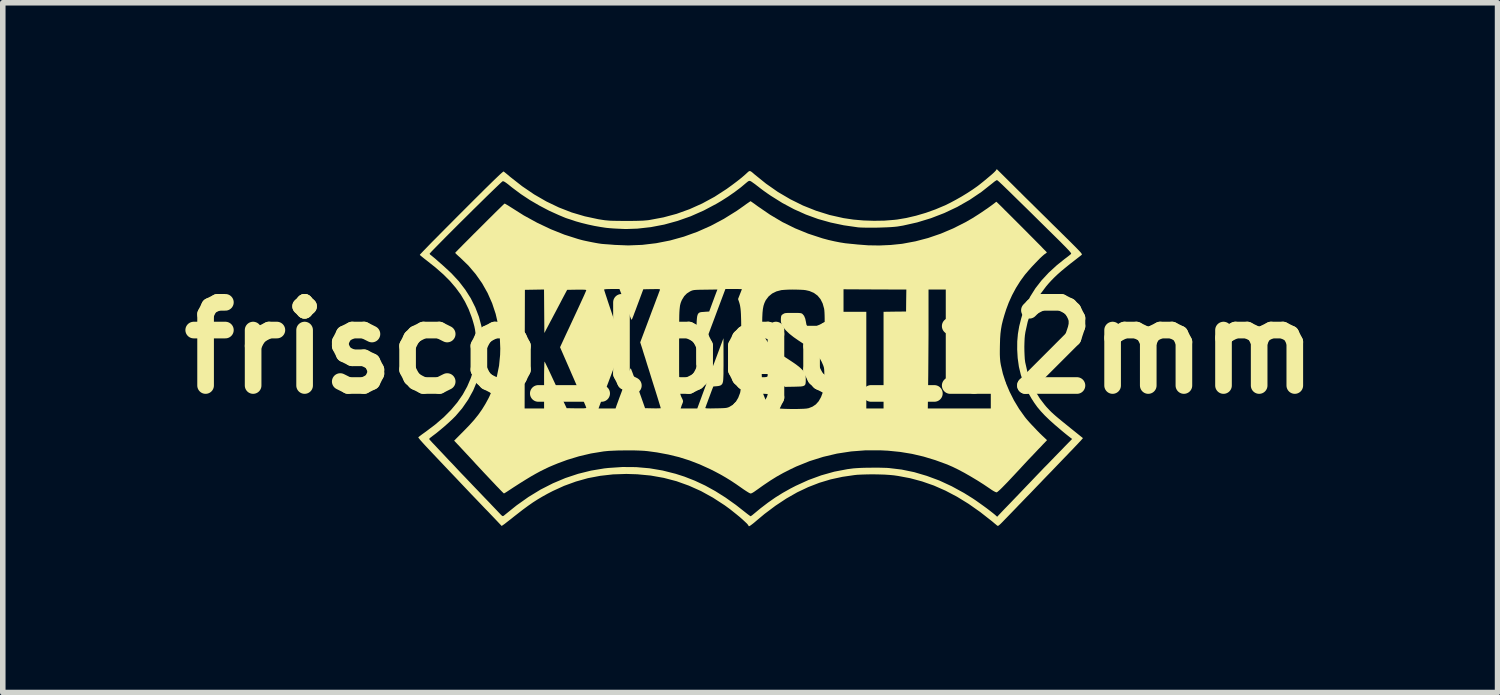
<source format=kicad_pcb>
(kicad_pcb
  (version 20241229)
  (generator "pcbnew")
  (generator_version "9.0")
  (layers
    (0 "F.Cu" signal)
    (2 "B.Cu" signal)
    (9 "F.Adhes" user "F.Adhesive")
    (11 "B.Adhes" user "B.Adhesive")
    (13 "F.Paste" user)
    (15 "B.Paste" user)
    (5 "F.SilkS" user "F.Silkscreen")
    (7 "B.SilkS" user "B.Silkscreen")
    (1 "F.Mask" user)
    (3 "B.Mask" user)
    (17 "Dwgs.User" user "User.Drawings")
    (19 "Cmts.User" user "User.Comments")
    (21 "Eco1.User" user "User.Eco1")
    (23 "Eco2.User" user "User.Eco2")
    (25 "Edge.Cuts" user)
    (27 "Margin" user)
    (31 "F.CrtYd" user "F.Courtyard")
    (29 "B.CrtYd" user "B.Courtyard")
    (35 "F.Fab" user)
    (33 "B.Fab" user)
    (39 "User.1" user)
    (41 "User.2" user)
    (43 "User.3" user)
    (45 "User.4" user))
  (footprint "frisco_logo_12mm"
    (layer "F.Cu")
    (at 10.479 3.224)
    (property "Reference" "frisco_logo_12mm" (at 0 0 0) (layer "F.SilkS") (effects (font (size 1.5 1.5) (thickness 0.3))))
    (attr board_only exclude_from_pos_files exclude_from_bom)
    (fp_poly (pts (xy 4.747 -2.927) (xy 4.809 -2.865) (xy 4.884 -2.791) (xy 4.968 -2.707) (xy 5.06 -2.617) (xy 5.156 -2.522) (xy 5.254 -2.425) (xy 5.353 -2.328) (xy 5.448 -2.233) (xy 5.521 -2.162) (xy 5.615 -2.069) (xy 5.696 -1.989) (xy 5.764 -1.922) (xy 5.821 -1.865) (xy 5.867 -1.819) (xy 5.904 -1.781) (xy 5.933 -1.751) (xy 5.954 -1.728) (xy 5.968 -1.711) (xy 5.977 -1.698) (xy 5.981 -1.689) (xy 5.982 -1.683) (xy 5.979 -1.679) (xy 5.975 -1.676) (xy 5.958 -1.662) (xy 5.93 -1.64) (xy 5.895 -1.613) (xy 5.876 -1.598) (xy 5.774 -1.519) (xy 5.686 -1.448) (xy 5.61 -1.385) (xy 5.543 -1.326) (xy 5.484 -1.27) (xy 5.43 -1.215) (xy 5.378 -1.158) (xy 5.339 -1.112) (xy 5.229 -0.966) (xy 5.136 -0.81) (xy 5.061 -0.645) (xy 5.004 -0.47) (xy 4.963 -0.285) (xy 4.954 -0.226) (xy 4.949 -0.17) (xy 4.946 -0.1) (xy 4.944 -0.023) (xy 4.945 0.057) (xy 4.948 0.133) (xy 4.952 0.201) (xy 4.959 0.255) (xy 4.959 0.257) (xy 5 0.437) (xy 5.057 0.606) (xy 5.132 0.765) (xy 5.225 0.915) (xy 5.311 1.027) (xy 5.341 1.063) (xy 5.371 1.095) (xy 5.401 1.127) (xy 5.433 1.159) (xy 5.47 1.193) (xy 5.513 1.231) (xy 5.564 1.274) (xy 5.625 1.324) (xy 5.699 1.384) (xy 5.785 1.454) (xy 5.793 1.46) (xy 6.001 1.627) (xy 5.975 1.657) (xy 5.962 1.672) (xy 5.936 1.699) (xy 5.901 1.737) (xy 5.857 1.783) (xy 5.808 1.835) (xy 5.753 1.891) (xy 5.727 1.919) (xy 5.664 1.984) (xy 5.591 2.06) (xy 5.512 2.142) (xy 5.43 2.228) (xy 5.349 2.311) (xy 5.273 2.39) (xy 5.24 2.425) (xy 5.174 2.493) (xy 5.107 2.563) (xy 5.041 2.632) (xy 4.978 2.696) (xy 4.923 2.753) (xy 4.877 2.801) (xy 4.848 2.83) (xy 4.795 2.886) (xy 4.734 2.949) (xy 4.672 3.013) (xy 4.616 3.071) (xy 4.597 3.09) (xy 4.553 3.136) (xy 4.52 3.169) (xy 4.496 3.191) (xy 4.48 3.204) (xy 4.469 3.209) (xy 4.461 3.208) (xy 4.453 3.204) (xy 4.437 3.19) (xy 4.41 3.168) (xy 4.377 3.14) (xy 4.359 3.125) (xy 4.147 2.959) (xy 3.938 2.812) (xy 3.73 2.684) (xy 3.521 2.574) (xy 3.312 2.482) (xy 3.1 2.408) (xy 2.885 2.35) (xy 2.666 2.309) (xy 2.59 2.298) (xy 2.515 2.291) (xy 2.425 2.285) (xy 2.325 2.282) (xy 2.221 2.28) (xy 2.117 2.281) (xy 2.02 2.284) (xy 1.933 2.288) (xy 1.884 2.293) (xy 1.664 2.325) (xy 1.452 2.371) (xy 1.246 2.433) (xy 1.045 2.511) (xy 0.847 2.605) (xy 0.651 2.717) (xy 0.455 2.847) (xy 0.258 2.995) (xy 0.118 3.112) (xy 0.065 3.157) (xy 0.025 3.188) (xy -0.003 3.208) (xy -0.02 3.216) (xy -0.029 3.213) (xy -0.03 3.207) (xy -0.038 3.193) (xy -0.059 3.168) (xy -0.093 3.136) (xy -0.136 3.096) (xy -0.186 3.052) (xy -0.242 3.006) (xy -0.302 2.958) (xy -0.362 2.91) (xy -0.422 2.866) (xy -0.462 2.837) (xy -0.673 2.7) (xy -0.887 2.582) (xy -1.106 2.484) (xy -1.329 2.404) (xy -1.558 2.344) (xy -1.794 2.302) (xy -2.038 2.279) (xy -2.234 2.273) (xy -2.474 2.281) (xy -2.704 2.307) (xy -2.926 2.349) (xy -3.143 2.41) (xy -3.357 2.488) (xy -3.558 2.58) (xy -3.655 2.63) (xy -3.745 2.68) (xy -3.831 2.731) (xy -3.917 2.786) (xy -4.006 2.848) (xy -4.101 2.918) (xy -4.205 2.999) (xy -4.259 3.041) (xy -4.31 3.082) (xy -4.358 3.119) (xy -4.399 3.151) (xy -4.431 3.176) (xy -4.451 3.19) (xy -4.454 3.192) (xy -4.482 3.211) (xy -4.586 3.101) (xy -4.623 3.062) (xy -4.67 3.013) (xy -4.724 2.956) (xy -4.783 2.896) (xy -4.842 2.834) (xy -4.884 2.79) (xy -4.95 2.721) (xy -5.029 2.639) (xy -5.117 2.546) (xy -5.213 2.445) (xy -5.314 2.338) (xy -5.42 2.227) (xy -5.527 2.114) (xy -5.634 2.001) (xy -5.739 1.89) (xy -5.814 1.81) (xy -5.862 1.759) (xy -5.904 1.713) (xy -5.94 1.673) (xy -5.964 1.644) (xy -5.789 1.644) (xy -5.781 1.655) (xy -5.763 1.675) (xy -5.739 1.702) (xy -5.736 1.705) (xy -5.718 1.724) (xy -5.687 1.756) (xy -5.647 1.799) (xy -5.599 1.85) (xy -5.544 1.908) (xy -5.485 1.971) (xy -5.423 2.037) (xy -5.411 2.049) (xy -5.344 2.119) (xy -5.277 2.191) (xy -5.211 2.261) (xy -5.148 2.326) (xy -5.092 2.385) (xy -5.045 2.434) (xy -5.011 2.47) (xy -4.966 2.517) (xy -4.912 2.573) (xy -4.852 2.636) (xy -4.79 2.701) (xy -4.73 2.763) (xy -4.704 2.79) (xy -4.654 2.843) (xy -4.607 2.892) (xy -4.566 2.935) (xy -4.532 2.971) (xy -4.508 2.996) (xy -4.497 3.008) (xy -4.475 3.028) (xy -4.46 3.034) (xy -4.443 3.026) (xy -4.428 3.013) (xy -4.214 2.841) (xy -3.998 2.688) (xy -3.78 2.555) (xy -3.558 2.442) (xy -3.333 2.347) (xy -3.104 2.271) (xy -2.87 2.213) (xy -2.63 2.173) (xy -2.555 2.165) (xy -2.303 2.148) (xy -2.057 2.15) (xy -1.816 2.171) (xy -1.58 2.211) (xy -1.346 2.27) (xy -1.187 2.321) (xy -0.998 2.395) (xy -0.812 2.482) (xy -0.629 2.583) (xy -0.445 2.699) (xy -0.258 2.832) (xy -0.123 2.938) (xy -0.081 2.971) (xy -0.044 3) (xy -0.015 3.021) (xy 0.003 3.034) (xy 0.007 3.036) (xy 0.019 3.029) (xy 0.039 3.015) (xy 0.041 3.013) (xy 0.184 2.895) (xy 0.32 2.791) (xy 0.453 2.698) (xy 0.588 2.614) (xy 0.729 2.535) (xy 0.822 2.487) (xy 1.05 2.383) (xy 1.282 2.298) (xy 1.517 2.232) (xy 1.753 2.187) (xy 1.859 2.173) (xy 1.911 2.169) (xy 1.978 2.165) (xy 2.057 2.162) (xy 2.142 2.161) (xy 2.23 2.16) (xy 2.316 2.16) (xy 2.396 2.162) (xy 2.465 2.164) (xy 2.505 2.167) (xy 2.731 2.194) (xy 2.958 2.241) (xy 3.185 2.308) (xy 3.412 2.392) (xy 3.636 2.496) (xy 3.857 2.617) (xy 4.008 2.711) (xy 4.068 2.751) (xy 4.133 2.797) (xy 4.2 2.845) (xy 4.266 2.893) (xy 4.326 2.939) (xy 4.377 2.979) (xy 4.414 3.009) (xy 4.454 3.045) (xy 4.517 2.978) (xy 4.551 2.942) (xy 4.593 2.898) (xy 4.637 2.853) (xy 4.668 2.821) (xy 4.698 2.79) (xy 4.738 2.748) (xy 4.787 2.697) (xy 4.843 2.639) (xy 4.901 2.578) (xy 4.961 2.515) (xy 4.98 2.495) (xy 5.041 2.432) (xy 5.102 2.368) (xy 5.161 2.306) (xy 5.216 2.249) (xy 5.263 2.2) (xy 5.299 2.162) (xy 5.307 2.154) (xy 5.351 2.11) (xy 5.396 2.064) (xy 5.437 2.021) (xy 5.47 1.988) (xy 5.473 1.984) (xy 5.501 1.955) (xy 5.539 1.916) (xy 5.584 1.87) (xy 5.632 1.821) (xy 5.671 1.78) (xy 5.806 1.642) (xy 5.782 1.625) (xy 5.767 1.613) (xy 5.739 1.591) (xy 5.701 1.561) (xy 5.657 1.525) (xy 5.609 1.485) (xy 5.608 1.484) (xy 5.496 1.389) (xy 5.399 1.302) (xy 5.315 1.221) (xy 5.242 1.143) (xy 5.178 1.067) (xy 5.122 0.989) (xy 5.07 0.908) (xy 5.021 0.821) (xy 5.002 0.784) (xy 4.934 0.636) (xy 4.882 0.49) (xy 4.846 0.341) (xy 4.824 0.184) (xy 4.815 0.03) (xy 4.816 -0.116) (xy 4.828 -0.253) (xy 4.851 -0.388) (xy 4.886 -0.527) (xy 4.91 -0.608) (xy 4.972 -0.77) (xy 5.05 -0.926) (xy 5.143 -1.074) (xy 5.254 -1.217) (xy 5.383 -1.356) (xy 5.53 -1.491) (xy 5.671 -1.604) (xy 5.71 -1.633) (xy 5.745 -1.66) (xy 5.771 -1.681) (xy 5.784 -1.693) (xy 5.787 -1.696) (xy 5.788 -1.702) (xy 5.785 -1.709) (xy 5.778 -1.72) (xy 5.766 -1.735) (xy 5.748 -1.756) (xy 5.722 -1.783) (xy 5.689 -1.818) (xy 5.646 -1.861) (xy 5.594 -1.914) (xy 5.53 -1.977) (xy 5.455 -2.051) (xy 5.366 -2.138) (xy 5.323 -2.181) (xy 5.194 -2.308) (xy 5.079 -2.422) (xy 4.976 -2.523) (xy 4.885 -2.612) (xy 4.805 -2.69) (xy 4.736 -2.758) (xy 4.677 -2.816) (xy 4.626 -2.865) (xy 4.584 -2.906) (xy 4.549 -2.94) (xy 4.521 -2.966) (xy 4.499 -2.987) (xy 4.482 -3.002) (xy 4.469 -3.013) (xy 4.46 -3.02) (xy 4.454 -3.024) (xy 4.45 -3.025) (xy 4.449 -3.026) (xy 4.435 -3.019) (xy 4.41 -3.003) (xy 4.38 -2.979) (xy 4.369 -2.97) (xy 4.169 -2.812) (xy 3.957 -2.669) (xy 3.734 -2.542) (xy 3.501 -2.432) (xy 3.26 -2.339) (xy 3.011 -2.263) (xy 2.757 -2.206) (xy 2.655 -2.189) (xy 2.609 -2.184) (xy 2.547 -2.179) (xy 2.473 -2.175) (xy 2.39 -2.172) (xy 2.304 -2.169) (xy 2.217 -2.168) (xy 2.133 -2.168) (xy 2.058 -2.169) (xy 1.993 -2.171) (xy 1.945 -2.174) (xy 1.939 -2.175) (xy 1.688 -2.211) (xy 1.451 -2.261) (xy 1.223 -2.325) (xy 1.004 -2.405) (xy 0.79 -2.501) (xy 0.579 -2.614) (xy 0.368 -2.746) (xy 0.361 -2.751) (xy 0.304 -2.79) (xy 0.242 -2.834) (xy 0.182 -2.879) (xy 0.131 -2.919) (xy 0.129 -2.92) (xy 0.088 -2.952) (xy 0.05 -2.979) (xy 0.02 -3) (xy 0.000463 -3.01) (xy -0.002 -3.011) (xy -0.019 -3.012) (xy -0.039 -3.003) (xy -0.065 -2.982) (xy -0.076 -2.973) (xy -0.17 -2.894) (xy -0.279 -2.812) (xy -0.398 -2.729) (xy -0.522 -2.65) (xy -0.605 -2.601) (xy -0.837 -2.478) (xy -1.072 -2.374) (xy -1.31 -2.29) (xy -1.55 -2.224) (xy -1.791 -2.178) (xy -2.033 -2.151) (xy -2.23 -2.144) (xy -2.282 -2.145) (xy -2.345 -2.148) (xy -2.412 -2.151) (xy -2.48 -2.155) (xy -2.543 -2.16) (xy -2.595 -2.165) (xy -2.63 -2.17) (xy -2.662 -2.175) (xy -2.695 -2.18) (xy -2.809 -2.2) (xy -2.925 -2.225) (xy -3.039 -2.253) (xy -3.143 -2.282) (xy -3.196 -2.3) (xy -3.235 -2.313) (xy -3.268 -2.324) (xy -3.289 -2.33) (xy -3.291 -2.331) (xy -3.318 -2.34) (xy -3.332 -2.345) (xy -3.349 -2.352) (xy -3.38 -2.365) (xy -3.42 -2.382) (xy -3.451 -2.395) (xy -3.624 -2.473) (xy -3.799 -2.565) (xy -3.971 -2.665) (xy -4.133 -2.772) (xy -4.282 -2.883) (xy -4.314 -2.908) (xy -4.363 -2.948) (xy -4.399 -2.975) (xy -4.426 -2.993) (xy -4.445 -3.003) (xy -4.461 -3.006) (xy -4.463 -3.006) (xy -4.472 -2.999) (xy -4.495 -2.979) (xy -4.529 -2.947) (xy -4.573 -2.905) (xy -4.627 -2.853) (xy -4.688 -2.794) (xy -4.757 -2.727) (xy -4.831 -2.654) (xy -4.909 -2.577) (xy -4.991 -2.497) (xy -5.074 -2.414) (xy -5.158 -2.331) (xy -5.242 -2.248) (xy -5.324 -2.166) (xy -5.403 -2.087) (xy -5.478 -2.012) (xy -5.547 -1.942) (xy -5.609 -1.879) (xy -5.664 -1.823) (xy -5.71 -1.776) (xy -5.746 -1.739) (xy -5.769 -1.713) (xy -5.781 -1.7) (xy -5.781 -1.698) (xy -5.774 -1.685) (xy -5.764 -1.677) (xy -5.747 -1.664) (xy -5.718 -1.64) (xy -5.679 -1.608) (xy -5.634 -1.568) (xy -5.585 -1.525) (xy -5.534 -1.48) (xy -5.486 -1.436) (xy -5.441 -1.395) (xy -5.403 -1.359) (xy -5.387 -1.344) (xy -5.255 -1.202) (xy -5.139 -1.051) (xy -5.039 -0.894) (xy -4.957 -0.73) (xy -4.892 -0.561) (xy -4.846 -0.388) (xy -4.819 -0.213) (xy -4.811 -0.037) (xy -4.813 0.02) (xy -4.832 0.22) (xy -4.868 0.412) (xy -4.923 0.595) (xy -4.996 0.769) (xy -5.087 0.934) (xy -5.195 1.09) (xy -5.312 1.227) (xy -5.366 1.281) (xy -5.432 1.343) (xy -5.506 1.409) (xy -5.584 1.475) (xy -5.661 1.538) (xy -5.734 1.593) (xy -5.749 1.605) (xy -5.773 1.623) (xy -5.787 1.638) (xy -5.789 1.644) (xy -5.964 1.644) (xy -5.966 1.641) (xy -5.982 1.62) (xy -5.986 1.612) (xy -5.976 1.604) (xy -5.953 1.586) (xy -5.919 1.56) (xy -5.877 1.53) (xy -5.845 1.507) (xy -5.676 1.379) (xy -5.526 1.25) (xy -5.395 1.118) (xy -5.281 0.982) (xy -5.184 0.842) (xy -5.103 0.695) (xy -5.037 0.541) (xy -4.986 0.378) (xy -4.967 0.304) (xy -4.96 0.269) (xy -4.954 0.236) (xy -4.95 0.202) (xy -4.948 0.162) (xy -4.946 0.114) (xy -4.945 0.052) (xy -4.945 -0.025) (xy -4.946 -0.119) (xy -4.949 -0.198) (xy -4.954 -0.265) (xy -4.962 -0.327) (xy -4.974 -0.387) (xy -4.991 -0.45) (xy -5.012 -0.521) (xy -5.025 -0.559) (xy -5.078 -0.699) (xy -5.143 -0.832) (xy -5.219 -0.96) (xy -5.31 -1.084) (xy -5.414 -1.206) (xy -5.535 -1.327) (xy -5.674 -1.449) (xy -5.83 -1.573) (xy -5.873 -1.606) (xy -5.91 -1.636) (xy -5.938 -1.659) (xy -5.955 -1.674) (xy -5.958 -1.678) (xy -5.952 -1.687) (xy -5.932 -1.708) (xy -5.9 -1.742) (xy -5.856 -1.787) (xy -5.802 -1.843) (xy -5.739 -1.908) (xy -5.666 -1.981) (xy -5.586 -2.062) (xy -5.499 -2.15) (xy -5.406 -2.243) (xy -5.308 -2.342) (xy -5.21 -2.44) (xy -5.084 -2.566) (xy -4.972 -2.678) (xy -4.872 -2.777) (xy -4.785 -2.864) (xy -4.709 -2.938) (xy -4.644 -3.002) (xy -4.589 -3.055) (xy -4.545 -3.097) (xy -4.509 -3.131) (xy -4.482 -3.155) (xy -4.463 -3.171) (xy -4.451 -3.18) (xy -4.445 -3.181) (xy -4.433 -3.171) (xy -4.408 -3.151) (xy -4.375 -3.124) (xy -4.336 -3.091) (xy -4.324 -3.081) (xy -4.112 -2.915) (xy -3.896 -2.768) (xy -3.676 -2.641) (xy -3.451 -2.533) (xy -3.22 -2.443) (xy -2.983 -2.373) (xy -2.741 -2.321) (xy -2.66 -2.308) (xy -2.618 -2.302) (xy -2.573 -2.298) (xy -2.524 -2.294) (xy -2.465 -2.292) (xy -2.395 -2.291) (xy -2.311 -2.29) (xy -2.234 -2.29) (xy -2.137 -2.29) (xy -2.056 -2.291) (xy -1.989 -2.293) (xy -1.933 -2.295) (xy -1.885 -2.299) (xy -1.841 -2.303) (xy -1.809 -2.308) (xy -1.564 -2.354) (xy -1.326 -2.418) (xy -1.093 -2.502) (xy -0.866 -2.604) (xy -0.643 -2.725) (xy -0.425 -2.866) (xy -0.331 -2.934) (xy -0.234 -3.007) (xy -0.152 -3.072) (xy -0.083 -3.132) (xy -0.054 -3.159) (xy -0.033 -3.178) (xy -0.017 -3.188) (xy -0.002 -3.189) (xy 0.017 -3.18) (xy 0.044 -3.159) (xy 0.076 -3.131) (xy 0.284 -2.963) (xy 0.5 -2.812) (xy 0.723 -2.681) (xy 0.953 -2.567) (xy 1.189 -2.473) (xy 1.432 -2.397) (xy 1.681 -2.341) (xy 1.687 -2.34) (xy 1.861 -2.314) (xy 2.045 -2.298) (xy 2.233 -2.292) (xy 2.419 -2.295) (xy 2.596 -2.309) (xy 2.65 -2.315) (xy 2.816 -2.343) (xy 2.991 -2.384) (xy 3.168 -2.436) (xy 3.341 -2.498) (xy 3.505 -2.567) (xy 3.507 -2.567) (xy 3.604 -2.615) (xy 3.707 -2.67) (xy 3.813 -2.73) (xy 3.916 -2.793) (xy 4.011 -2.855) (xy 4.095 -2.914) (xy 4.128 -2.939) (xy 4.197 -2.994) (xy 4.26 -3.046) (xy 4.316 -3.093) (xy 4.363 -3.133) (xy 4.399 -3.166) (xy 4.421 -3.189) (xy 4.426 -3.194) (xy 4.447 -3.224)) (stroke (width 0) (type solid)) (fill yes) (layer "F.SilkS"))
    (fp_poly (pts (xy 0.016 -2.64) (xy 0.039 -2.624) (xy 0.072 -2.601) (xy 0.113 -2.571) (xy 0.139 -2.552) (xy 0.358 -2.402) (xy 0.58 -2.27) (xy 0.809 -2.157) (xy 1.046 -2.06) (xy 1.293 -1.979) (xy 1.313 -1.973) (xy 1.414 -1.946) (xy 1.519 -1.922) (xy 1.621 -1.902) (xy 1.715 -1.887) (xy 1.794 -1.879) (xy 1.824 -1.876) (xy 1.867 -1.872) (xy 1.915 -1.867) (xy 1.934 -1.865) (xy 2.128 -1.85) (xy 2.33 -1.847) (xy 2.533 -1.856) (xy 2.729 -1.876) (xy 2.755 -1.88) (xy 2.981 -1.922) (xy 3.209 -1.982) (xy 3.437 -2.06) (xy 3.661 -2.155) (xy 3.879 -2.265) (xy 4.008 -2.339) (xy 4.057 -2.37) (xy 4.115 -2.407) (xy 4.176 -2.447) (xy 4.237 -2.489) (xy 4.294 -2.528) (xy 4.344 -2.564) (xy 4.382 -2.592) (xy 4.395 -2.602) (xy 4.418 -2.62) (xy 4.435 -2.633) (xy 4.44 -2.635) (xy 4.448 -2.628) (xy 4.468 -2.609) (xy 4.5 -2.578) (xy 4.542 -2.537) (xy 4.591 -2.487) (xy 4.648 -2.431) (xy 4.71 -2.369) (xy 4.776 -2.303) (xy 4.844 -2.235) (xy 4.914 -2.165) (xy 4.983 -2.096) (xy 5.05 -2.028) (xy 5.114 -1.964) (xy 5.173 -1.904) (xy 5.226 -1.851) (xy 5.271 -1.804) (xy 5.307 -1.767) (xy 5.333 -1.741) (xy 5.347 -1.726) (xy 5.349 -1.724) (xy 5.343 -1.713) (xy 5.325 -1.701) (xy 5.324 -1.7) (xy 5.301 -1.684) (xy 5.268 -1.655) (xy 5.226 -1.616) (xy 5.179 -1.568) (xy 5.128 -1.515) (xy 5.075 -1.459) (xy 5.024 -1.401) (xy 4.977 -1.346) (xy 4.953 -1.318) (xy 4.872 -1.207) (xy 4.794 -1.083) (xy 4.723 -0.951) (xy 4.662 -0.816) (xy 4.616 -0.693) (xy 4.583 -0.589) (xy 4.557 -0.498) (xy 4.537 -0.416) (xy 4.523 -0.336) (xy 4.513 -0.256) (xy 4.507 -0.168) (xy 4.504 -0.069) (xy 4.503 -0.025) (xy 4.502 0.054) (xy 4.502 0.117) (xy 4.504 0.168) (xy 4.507 0.212) (xy 4.511 0.253) (xy 4.518 0.295) (xy 4.521 0.311) (xy 4.557 0.466) (xy 4.609 0.627) (xy 4.677 0.788) (xy 4.757 0.947) (xy 4.85 1.101) (xy 4.952 1.244) (xy 4.97 1.267) (xy 4.996 1.298) (xy 5.033 1.34) (xy 5.077 1.388) (xy 5.126 1.439) (xy 5.174 1.49) (xy 5.22 1.537) (xy 5.259 1.575) (xy 5.26 1.576) (xy 5.353 1.664) (xy 5.279 1.741) (xy 5.242 1.781) (xy 5.196 1.828) (xy 5.15 1.877) (xy 5.115 1.914) (xy 5.072 1.959) (xy 5.026 2.007) (xy 4.983 2.053) (xy 4.954 2.084) (xy 4.856 2.19) (xy 4.771 2.281) (xy 4.697 2.36) (xy 4.635 2.426) (xy 4.582 2.48) (xy 4.54 2.523) (xy 4.506 2.556) (xy 4.479 2.58) (xy 4.46 2.596) (xy 4.447 2.604) (xy 4.442 2.605) (xy 4.423 2.599) (xy 4.393 2.584) (xy 4.354 2.56) (xy 4.321 2.537) (xy 4.211 2.463) (xy 4.096 2.39) (xy 3.979 2.32) (xy 3.864 2.254) (xy 3.753 2.195) (xy 3.651 2.145) (xy 3.561 2.106) (xy 3.555 2.103) (xy 3.338 2.024) (xy 3.127 1.96) (xy 2.918 1.911) (xy 2.705 1.876) (xy 2.486 1.854) (xy 2.345 1.847) (xy 2.081 1.847) (xy 1.821 1.867) (xy 1.566 1.906) (xy 1.316 1.965) (xy 1.071 2.042) (xy 0.831 2.139) (xy 0.726 2.189) (xy 0.596 2.255) (xy 0.478 2.321) (xy 0.364 2.392) (xy 0.248 2.47) (xy 0.201 2.503) (xy 0.144 2.544) (xy 0.101 2.574) (xy 0.07 2.596) (xy 0.047 2.61) (xy 0.031 2.619) (xy 0.019 2.623) (xy 0.009 2.625) (xy 0.004 2.625) (xy -0.011 2.619) (xy -0.038 2.604) (xy -0.076 2.58) (xy -0.12 2.551) (xy -0.151 2.529) (xy -0.257 2.455) (xy -0.354 2.391) (xy -0.447 2.334) (xy -0.541 2.28) (xy -0.641 2.227) (xy -0.727 2.184) (xy -0.912 2.1) (xy -1.096 2.029) (xy -1.283 1.97) (xy -1.476 1.923) (xy -1.68 1.885) (xy -1.849 1.862) (xy -1.913 1.856) (xy -1.992 1.852) (xy -2.083 1.849) (xy -2.181 1.848) (xy -2.281 1.849) (xy -2.38 1.85) (xy -2.474 1.854) (xy -2.557 1.858) (xy -2.626 1.865) (xy -2.645 1.867) (xy -2.872 1.904) (xy -3.088 1.955) (xy -3.302 2.02) (xy -3.467 2.081) (xy -3.55 2.115) (xy -3.63 2.149) (xy -3.707 2.186) (xy -3.786 2.225) (xy -3.867 2.269) (xy -3.953 2.318) (xy -4.047 2.375) (xy -4.15 2.439) (xy -4.265 2.513) (xy -4.385 2.592) (xy -4.412 2.609) (xy -4.433 2.621) (xy -4.441 2.625) (xy -4.449 2.618) (xy -4.469 2.599) (xy -4.499 2.569) (xy -4.536 2.53) (xy -4.579 2.486) (xy -4.606 2.457) (xy -4.661 2.399) (xy -4.725 2.331) (xy -4.794 2.258) (xy -4.862 2.185) (xy -4.925 2.117) (xy -4.946 2.095) (xy -5.001 2.034) (xy -5.059 1.972) (xy -5.116 1.911) (xy -5.168 1.855) (xy -5.212 1.808) (xy -5.232 1.786) (xy -5.339 1.673) (xy -5.167 1.5) (xy -5.065 1.395) (xy -4.977 1.297) (xy -4.901 1.202) (xy -4.835 1.108) (xy -4.825 1.092) (xy -4.068 1.092) (xy -3.893 1.092) (xy -3.717 1.092) (xy -2.735 1.092) (xy -2.582 1.092) (xy -2.428 1.092) (xy -2.417 1.06) (xy -2.411 1.041) (xy -2.398 1.006) (xy -2.381 0.96) (xy -2.361 0.904) (xy -2.338 0.843) (xy -2.33 0.822) (xy -2.304 0.751) (xy -2.276 0.677) (xy -2.25 0.605) (xy -2.226 0.541) (xy -2.208 0.49) (xy -2.207 0.488) (xy -2.19 0.442) (xy -2.174 0.405) (xy -2.162 0.379) (xy -2.155 0.368) (xy -2.154 0.368) (xy -2.149 0.379) (xy -2.138 0.407) (xy -2.122 0.448) (xy -2.103 0.5) (xy -2.082 0.56) (xy -2.064 0.611) (xy -2.038 0.685) (xy -2.011 0.76) (xy -1.986 0.832) (xy -1.963 0.896) (xy -1.945 0.948) (xy -1.938 0.967) (xy -1.896 1.087) (xy -1.755 1.09) (xy -1.704 1.091) (xy -1.661 1.09) (xy -1.63 1.089) (xy -1.614 1.088) (xy -1.613 1.087) (xy -1.615 1.08) (xy -1.62 1.062) (xy -1.629 1.032) (xy -1.642 0.99) (xy -1.659 0.934) (xy -1.681 0.863) (xy -1.708 0.776) (xy -1.741 0.672) (xy -1.779 0.551) (xy -1.802 0.477) (xy -1.824 0.405) (xy -1.845 0.34) (xy -1.863 0.283) (xy -1.876 0.24) (xy -1.885 0.212) (xy -1.885 0.21) (xy -1.896 0.175) (xy -1.912 0.126) (xy -1.929 0.072) (xy -1.944 0.022) (xy -1.983 -0.099) (xy -1.282 -0.099) (xy -1.282 0.023) (xy -1.282 0.167) (xy -1.282 0.292) (xy -1.282 0.401) (xy -1.281 0.494) (xy -1.28 0.572) (xy -1.278 0.638) (xy -1.276 0.693) (xy -1.273 0.739) (xy -1.27 0.776) (xy -1.265 0.807) (xy -1.26 0.833) (xy -1.253 0.855) (xy -1.246 0.875) (xy -1.237 0.894) (xy -1.229 0.91) (xy -1.216 0.939) (xy -1.211 0.958) (xy -1.213 0.977) (xy -1.222 1.003) (xy -1.235 1.034) (xy -1.244 1.062) (xy -1.247 1.07) (xy -1.254 1.092) (xy -1.104 1.092) (xy -0.954 1.092) (xy -0.881 0.894) (xy -0.862 0.842) (xy -0.837 0.774) (xy -0.807 0.694) (xy -0.774 0.604) (xy -0.738 0.508) (xy -0.701 0.409) (xy -0.664 0.31) (xy -0.645 0.261) (xy -0.482 -0.175) (xy -0.481 0.213) (xy -0.481 0.316) (xy -0.482 0.401) (xy -0.482 0.47) (xy -0.484 0.524) (xy -0.486 0.567) (xy -0.489 0.599) (xy -0.494 0.622) (xy -0.5 0.64) (xy -0.507 0.653) (xy -0.517 0.663) (xy -0.527 0.672) (xy -0.546 0.681) (xy -0.577 0.688) (xy -0.605 0.691) (xy -0.665 0.696) (xy -0.683 0.741) (xy -0.693 0.767) (xy -0.708 0.807) (xy -0.726 0.856) (xy -0.746 0.909) (xy -0.752 0.925) (xy -0.77 0.975) (xy -0.787 1.02) (xy -0.799 1.054) (xy -0.807 1.075) (xy -0.809 1.079) (xy -0.808 1.084) (xy -0.802 1.088) (xy -0.786 1.09) (xy -0.759 1.091) (xy -0.719 1.092) (xy -0.662 1.091) (xy -0.62 1.09) (xy -0.552 1.089) (xy -0.5 1.087) (xy -0.462 1.085) (xy -0.433 1.082) (xy -0.411 1.077) (xy -0.392 1.071) (xy -0.376 1.064) (xy -0.311 1.025) (xy -0.258 0.97) (xy -0.216 0.9) (xy -0.183 0.814) (xy -0.18 0.801) (xy -0.177 0.785) (xy -0.174 0.764) (xy -0.172 0.737) (xy -0.17 0.703) (xy -0.169 0.66) (xy -0.168 0.607) (xy -0.166 0.541) (xy -0.166 0.471) (xy 0.208 0.471) (xy 0.213 0.624) (xy 0.216 0.695) (xy 0.221 0.751) (xy 0.227 0.795) (xy 0.236 0.832) (xy 0.238 0.839) (xy 0.27 0.919) (xy 0.311 0.983) (xy 0.362 1.031) (xy 0.425 1.067) (xy 0.483 1.087) (xy 0.515 1.092) (xy 0.562 1.096) (xy 0.622 1.099) (xy 0.69 1.101) (xy 0.762 1.102) (xy 0.835 1.102) (xy 0.903 1.1) (xy 0.964 1.098) (xy 1.014 1.094) (xy 1.048 1.088) (xy 1.051 1.088) (xy 1.123 1.06) (xy 1.184 1.019) (xy 1.235 0.962) (xy 1.277 0.888) (xy 1.311 0.798) (xy 1.315 0.785) (xy 1.323 0.752) (xy 1.33 0.721) (xy 1.334 0.686) (xy 1.336 0.644) (xy 1.337 0.59) (xy 1.337 0.536) (xy 1.337 0.472) (xy 1.336 0.425) (xy 1.334 0.389) (xy 1.331 0.362) (xy 1.325 0.339) (xy 1.317 0.316) (xy 1.313 0.306) (xy 1.288 0.249) (xy 1.259 0.197) (xy 1.225 0.148) (xy 1.182 0.1) (xy 1.13 0.052) (xy 1.066 0.001) (xy 0.989 -0.055) (xy 0.896 -0.117) (xy 0.873 -0.132) (xy 0.785 -0.193) (xy 0.709 -0.253) (xy 0.647 -0.312) (xy 0.601 -0.366) (xy 0.578 -0.404) (xy 0.561 -0.441) (xy 0.554 -0.473) (xy 0.553 -0.512) (xy 0.553 -0.522) (xy 0.556 -0.557) (xy 0.561 -0.579) (xy 0.571 -0.594) (xy 0.589 -0.608) (xy 0.59 -0.608) (xy 0.605 -0.617) (xy 0.62 -0.624) (xy 0.64 -0.628) (xy 0.669 -0.63) (xy 0.709 -0.631) (xy 0.765 -0.631) (xy 0.772 -0.631) (xy 0.83 -0.631) (xy 0.872 -0.63) (xy 0.901 -0.628) (xy 0.921 -0.624) (xy 0.935 -0.618) (xy 0.944 -0.611) (xy 0.972 -0.578) (xy 0.993 -0.527) (xy 1.007 -0.461) (xy 1.007 -0.459) (xy 1.014 -0.421) (xy 1.024 -0.402) (xy 1.029 -0.399) (xy 1.045 -0.398) (xy 1.076 -0.398) (xy 1.119 -0.398) (xy 1.17 -0.398) (xy 1.194 -0.399) (xy 1.343 -0.402) (xy 1.343 -0.53) (xy 1.342 -0.584) (xy 1.34 -0.636) (xy 1.337 -0.679) (xy 1.333 -0.708) (xy 1.307 -0.801) (xy 1.268 -0.879) (xy 1.215 -0.943) (xy 1.148 -0.992) (xy 1.068 -1.026) (xy 1.002 -1.041) (xy 0.96 -1.046) (xy 0.902 -1.049) (xy 0.836 -1.051) (xy 0.765 -1.052) (xy 0.696 -1.051) (xy 0.633 -1.048) (xy 0.582 -1.044) (xy 0.561 -1.042) (xy 0.473 -1.019) (xy 0.396 -0.981) (xy 0.332 -0.928) (xy 0.282 -0.862) (xy 0.277 -0.853) (xy 0.256 -0.808) (xy 0.24 -0.759) (xy 0.229 -0.701) (xy 0.222 -0.633) (xy 0.218 -0.549) (xy 0.217 -0.496) (xy 0.217 -0.431) (xy 0.217 -0.381) (xy 0.219 -0.344) (xy 0.223 -0.313) (xy 0.229 -0.285) (xy 0.237 -0.257) (xy 0.238 -0.254) (xy 0.274 -0.169) (xy 0.329 -0.086) (xy 0.4 -0.005) (xy 0.485 0.069) (xy 0.554 0.118) (xy 0.635 0.171) (xy 0.701 0.214) (xy 0.754 0.249) (xy 0.797 0.278) (xy 0.831 0.302) (xy 0.858 0.323) (xy 0.882 0.341) (xy 0.903 0.36) (xy 0.91 0.366) (xy 0.949 0.404) (xy 0.976 0.436) (xy 0.992 0.467) (xy 0.999 0.503) (xy 1.002 0.55) (xy 1.002 0.565) (xy 1.002 0.608) (xy 0.999 0.641) (xy 0.991 0.665) (xy 0.976 0.68) (xy 0.951 0.69) (xy 0.913 0.696) (xy 0.86 0.698) (xy 0.794 0.7) (xy 0.624 0.703) (xy 0.598 0.672) (xy 0.568 0.621) (xy 0.553 0.556) (xy 0.551 0.519) (xy 0.551 0.471) (xy 0.379 0.471) (xy 0.208 0.471) (xy -0.166 0.471) (xy -0.165 0.462) (xy -0.165 0.368) (xy -0.164 0.257) (xy -0.163 0.128) (xy -0.163 0.09) (xy -0.162 -0.058) (xy -0.162 -0.188) (xy -0.162 -0.301) (xy -0.162 -0.398) (xy -0.163 -0.482) (xy -0.165 -0.552) (xy -0.167 -0.612) (xy -0.17 -0.662) (xy -0.174 -0.704) (xy -0.179 -0.739) (xy -0.184 -0.769) (xy -0.191 -0.796) (xy -0.198 -0.82) (xy -0.199 -0.824) (xy -0.219 -0.881) (xy -0.185 -0.968) (xy -0.17 -1.006) (xy -0.158 -1.037) (xy -0.151 -1.055) (xy -0.151 -1.057) (xy 1.683 -1.057) (xy 1.683 -0.854) (xy 1.683 -0.651) (xy 1.889 -0.651) (xy 2.094 -0.651) (xy 2.094 0.22) (xy 2.094 1.092) (xy 2.249 1.092) (xy 2.405 1.092) (xy 3.203 1.092) (xy 3.771 1.092) (xy 4.339 1.092) (xy 4.339 0.892) (xy 4.339 0.691) (xy 3.933 0.691) (xy 3.527 0.691) (xy 3.527 -0.18) (xy 3.527 -1.052) (xy 3.372 -1.052) (xy 3.216 -1.052) (xy 3.216 -0.508) (xy 3.216 -0.381) (xy 3.216 -0.24) (xy 3.215 -0.09) (xy 3.214 0.064) (xy 3.213 0.215) (xy 3.212 0.361) (xy 3.211 0.494) (xy 3.21 0.564) (xy 3.203 1.092) (xy 2.405 1.092) (xy 2.405 0.221) (xy 2.405 -0.651) (xy 2.608 -0.654) (xy 2.811 -0.656) (xy 2.813 -0.854) (xy 2.816 -1.052) (xy 2.25 -1.054) (xy 1.683 -1.057) (xy -0.151 -1.057) (xy -0.15 -1.059) (xy -0.16 -1.06) (xy -0.186 -1.061) (xy -0.225 -1.062) (xy -0.273 -1.062) (xy -0.299 -1.062) (xy -0.447 -1.062) (xy -0.589 -0.684) (xy -0.65 -0.52) (xy -0.705 -0.374) (xy -0.753 -0.245) (xy -0.795 -0.132) (xy -0.832 -0.035) (xy -0.864 0.049) (xy -0.89 0.12) (xy -0.912 0.178) (xy -0.93 0.225) (xy -0.944 0.261) (xy -0.954 0.288) (xy -0.962 0.306) (xy -0.966 0.316) (xy -0.968 0.32) (xy -0.969 0.311) (xy -0.97 0.285) (xy -0.97 0.242) (xy -0.971 0.185) (xy -0.971 0.116) (xy -0.971 0.037) (xy -0.97 -0.05) (xy -0.97 -0.121) (xy -0.969 -0.236) (xy -0.968 -0.333) (xy -0.967 -0.413) (xy -0.965 -0.478) (xy -0.961 -0.53) (xy -0.956 -0.569) (xy -0.948 -0.598) (xy -0.937 -0.619) (xy -0.922 -0.633) (xy -0.905 -0.641) (xy -0.882 -0.646) (xy -0.855 -0.648) (xy -0.823 -0.65) (xy -0.818 -0.651) (xy -0.739 -0.656) (xy -0.68 -0.817) (xy -0.659 -0.873) (xy -0.64 -0.925) (xy -0.623 -0.97) (xy -0.611 -1.002) (xy -0.606 -1.015) (xy -0.591 -1.053) (xy -0.809 -1.05) (xy -0.881 -1.049) (xy -0.935 -1.048) (xy -0.976 -1.046) (xy -1.007 -1.044) (xy -1.029 -1.04) (xy -1.048 -1.035) (xy -1.065 -1.028) (xy -1.084 -1.019) (xy -1.142 -0.982) (xy -1.19 -0.933) (xy -1.228 -0.871) (xy -1.238 -0.851) (xy -1.246 -0.831) (xy -1.254 -0.81) (xy -1.26 -0.787) (xy -1.266 -0.761) (xy -1.27 -0.728) (xy -1.274 -0.689) (xy -1.277 -0.642) (xy -1.279 -0.585) (xy -1.28 -0.516) (xy -1.281 -0.435) (xy -1.282 -0.339) (xy -1.282 -0.227) (xy -1.282 -0.099) (xy -1.983 -0.099) (xy -1.983 -0.101) (xy -1.809 -0.564) (xy -1.775 -0.656) (xy -1.742 -0.742) (xy -1.712 -0.822) (xy -1.686 -0.892) (xy -1.663 -0.951) (xy -1.646 -0.998) (xy -1.634 -1.029) (xy -1.628 -1.044) (xy -1.628 -1.045) (xy -1.626 -1.052) (xy -1.63 -1.056) (xy -1.642 -1.059) (xy -1.664 -1.061) (xy -1.7 -1.061) (xy -1.752 -1.06) (xy -1.775 -1.06) (xy -1.928 -1.057) (xy -2.006 -0.847) (xy -2.04 -0.756) (xy -2.067 -0.683) (xy -2.089 -0.626) (xy -2.105 -0.582) (xy -2.118 -0.55) (xy -2.127 -0.528) (xy -2.134 -0.515) (xy -2.138 -0.509) (xy -2.142 -0.509) (xy -2.144 -0.512) (xy -2.144 -0.512) (xy -2.15 -0.525) (xy -2.161 -0.554) (xy -2.178 -0.596) (xy -2.199 -0.65) (xy -2.223 -0.712) (xy -2.25 -0.781) (xy -2.255 -0.794) (xy -2.358 -1.062) (xy -2.497 -1.062) (xy -2.559 -1.061) (xy -2.603 -1.059) (xy -2.629 -1.055) (xy -2.635 -1.052) (xy -2.632 -1.04) (xy -2.623 -1.012) (xy -2.609 -0.968) (xy -2.59 -0.911) (xy -2.568 -0.843) (xy -2.542 -0.765) (xy -2.513 -0.679) (xy -2.482 -0.587) (xy -2.479 -0.578) (xy -2.448 -0.485) (xy -2.418 -0.397) (xy -2.391 -0.316) (xy -2.367 -0.244) (xy -2.346 -0.183) (xy -2.33 -0.134) (xy -2.319 -0.101) (xy -2.314 -0.085) (xy -2.314 -0.084) (xy -2.31 -0.071) (xy -2.31 -0.057) (xy -2.313 -0.038) (xy -2.32 -0.013) (xy -2.332 0.022) (xy -2.349 0.07) (xy -2.368 0.12) (xy -2.399 0.2) (xy -2.431 0.286) (xy -2.466 0.377) (xy -2.501 0.469) (xy -2.536 0.562) (xy -2.57 0.652) (xy -2.602 0.737) (xy -2.632 0.814) (xy -2.657 0.882) (xy -2.678 0.938) (xy -2.693 0.979) (xy -2.701 0.999) (xy -2.735 1.092) (xy -3.717 1.092) (xy -3.717 0.664) (xy -3.717 0.57) (xy -3.717 0.484) (xy -3.716 0.409) (xy -3.714 0.346) (xy -3.713 0.297) (xy -3.711 0.263) (xy -3.709 0.247) (xy -3.709 0.246) (xy -3.702 0.257) (xy -3.689 0.284) (xy -3.669 0.325) (xy -3.644 0.376) (xy -3.616 0.436) (xy -3.585 0.502) (xy -3.581 0.511) (xy -3.545 0.588) (xy -3.507 0.669) (xy -3.469 0.749) (xy -3.434 0.824) (xy -3.403 0.889) (xy -3.386 0.926) (xy -3.31 1.087) (xy -3.133 1.09) (xy -3.059 1.09) (xy -3.005 1.09) (xy -2.971 1.087) (xy -2.956 1.083) (xy -2.956 1.082) (xy -2.96 1.07) (xy -2.97 1.042) (xy -2.986 1.005) (xy -3.005 0.959) (xy -3.01 0.949) (xy -3.025 0.914) (xy -3.048 0.863) (xy -3.076 0.798) (xy -3.109 0.723) (xy -3.145 0.64) (xy -3.183 0.552) (xy -3.223 0.461) (xy -3.246 0.407) (xy -3.429 -0.012) (xy -3.354 -0.174) (xy -3.332 -0.222) (xy -3.303 -0.284) (xy -3.268 -0.358) (xy -3.23 -0.44) (xy -3.19 -0.526) (xy -3.149 -0.614) (xy -3.117 -0.683) (xy -3.081 -0.761) (xy -3.048 -0.833) (xy -3.018 -0.898) (xy -2.993 -0.953) (xy -2.974 -0.997) (xy -2.961 -1.027) (xy -2.956 -1.041) (xy -2.956 -1.041) (xy -2.963 -1.046) (xy -2.985 -1.049) (xy -3.023 -1.05) (xy -3.08 -1.05) (xy -3.129 -1.05) (xy -3.301 -1.047) (xy -3.392 -0.876) (xy -3.424 -0.814) (xy -3.463 -0.74) (xy -3.505 -0.66) (xy -3.548 -0.579) (xy -3.588 -0.503) (xy -3.597 -0.487) (xy -3.712 -0.268) (xy -3.715 -0.66) (xy -3.718 -1.053) (xy -3.89 -1.05) (xy -4.063 -1.047) (xy -4.066 0.023) (xy -4.068 1.092) (xy -4.825 1.092) (xy -4.774 1.009) (xy -4.717 0.904) (xy -4.698 0.864) (xy -4.623 0.689) (xy -4.567 0.508) (xy -4.529 0.321) (xy -4.51 0.127) (xy -4.507 0.01) (xy -4.516 -0.204) (xy -4.544 -0.412) (xy -4.59 -0.613) (xy -4.654 -0.806) (xy -4.736 -0.991) (xy -4.835 -1.166) (xy -4.951 -1.331) (xy -5.083 -1.486) (xy -5.23 -1.628) (xy -5.265 -1.659) (xy -5.294 -1.686) (xy -5.313 -1.705) (xy -5.32 -1.714) (xy -5.32 -1.714) (xy -5.314 -1.722) (xy -5.294 -1.743) (xy -5.263 -1.775) (xy -5.222 -1.816) (xy -5.173 -1.866) (xy -5.117 -1.922) (xy -5.055 -1.984) (xy -4.99 -2.05) (xy -4.922 -2.117) (xy -4.853 -2.186) (xy -4.785 -2.254) (xy -4.718 -2.321) (xy -4.655 -2.383) (xy -4.597 -2.441) (xy -4.545 -2.492) (xy -4.501 -2.535) (xy -4.466 -2.569) (xy -4.442 -2.592) (xy -4.43 -2.602) (xy -4.43 -2.603) (xy -4.419 -2.599) (xy -4.395 -2.585) (xy -4.361 -2.565) (xy -4.322 -2.54) (xy -4.083 -2.389) (xy -3.84 -2.256) (xy -3.595 -2.14) (xy -3.35 -2.042) (xy -3.105 -1.964) (xy -3.051 -1.949) (xy -3.012 -1.939) (xy -2.962 -1.928) (xy -2.904 -1.916) (xy -2.844 -1.904) (xy -2.786 -1.893) (xy -2.734 -1.884) (xy -2.693 -1.878) (xy -2.67 -1.875) (xy -2.654 -1.874) (xy -2.622 -1.871) (xy -2.576 -1.868) (xy -2.521 -1.864) (xy -2.46 -1.859) (xy -2.455 -1.858) (xy -2.2 -1.848) (xy -1.947 -1.858) (xy -1.695 -1.888) (xy -1.445 -1.937) (xy -1.197 -2.006) (xy -0.953 -2.094) (xy -0.712 -2.201) (xy -0.475 -2.327) (xy -0.242 -2.472) (xy -0.111 -2.564) (xy -0.07 -2.594) (xy -0.035 -2.618) (xy -0.009 -2.636) (xy 0.005 -2.645) (xy 0.007 -2.645)) (stroke (width 0) (type solid)) (fill yes) (layer "F.SilkS")))
  (gr_rect
    (start -3 -3)
    (end 23.957 9.439)
    (stroke (width 0.1) (type default))
    (fill no)
    (layer "Edge.Cuts")))
</source>
